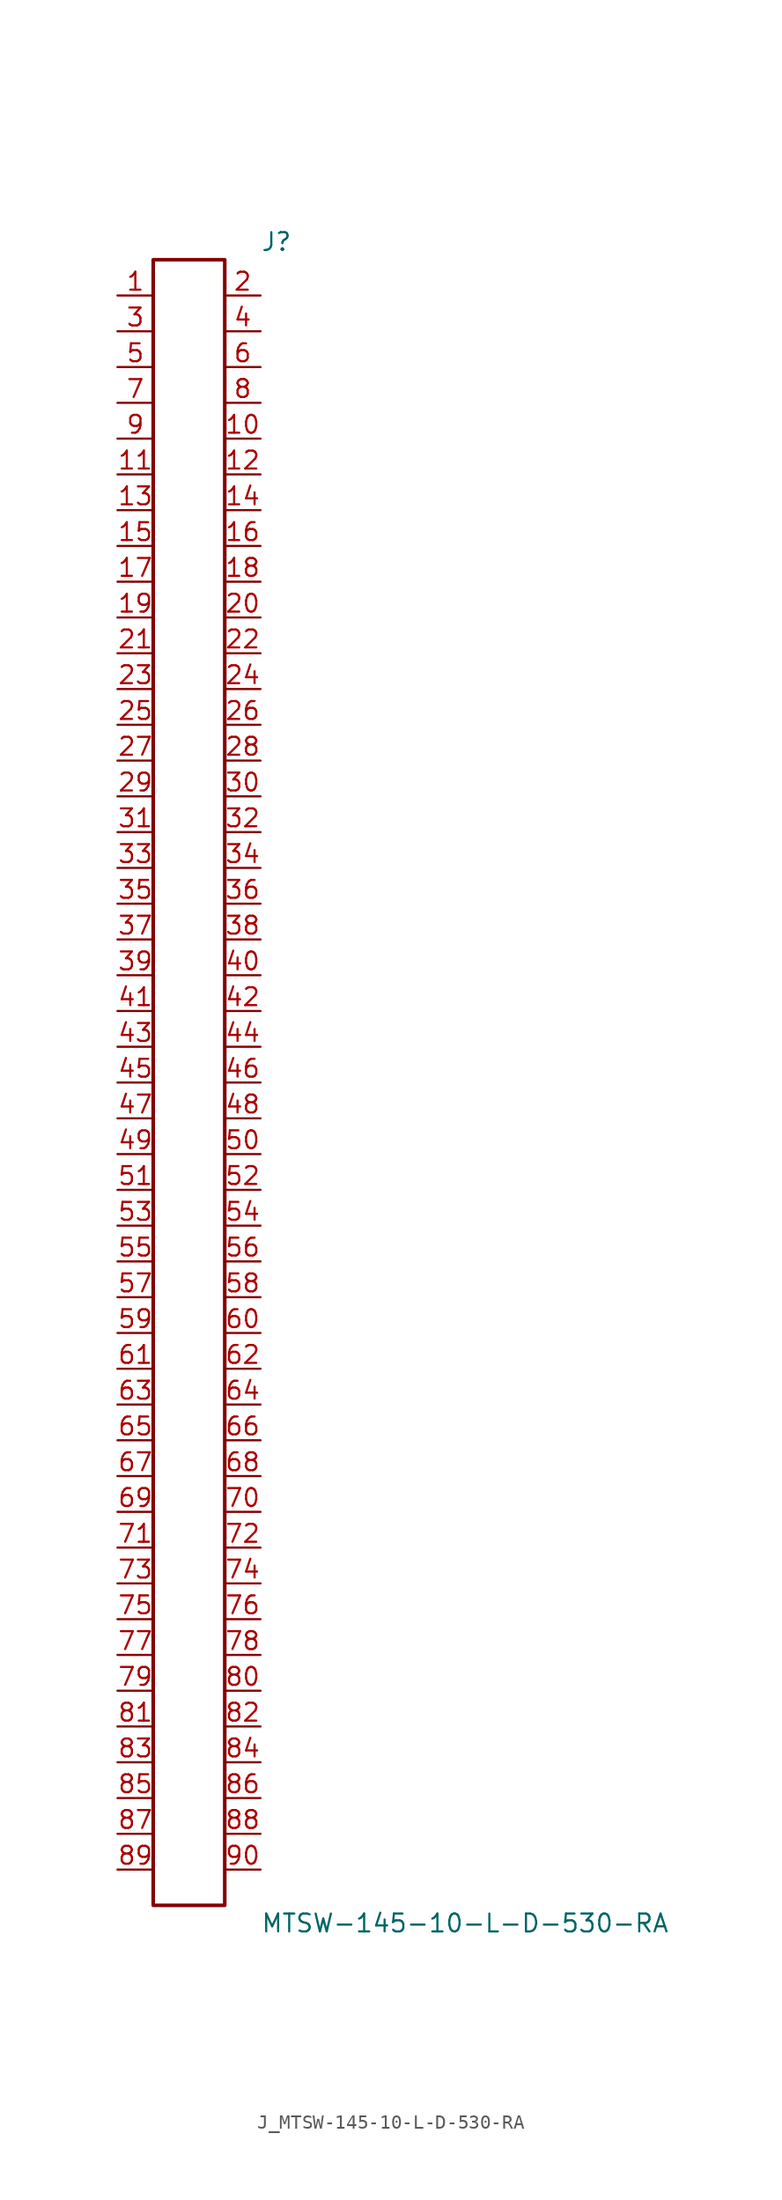
<source format=kicad_sym>
(kicad_symbol_lib
  (version 20231120)
  (generator kicad_symbol_editor)
  (generator_version 8.0)
  (symbol "J_MTSW-145-10-L-D-530-RA"
    (pin_names
      (offset 0.254))
    (property "Reference" "J"
      (at 5.08 59.69 0)
      (effects (font (size 1.27 1.27)) (justify left)))
    (property "Value" "MTSW-145-10-L-D-530-RA"
      (at 5.08 -59.69 0)
      (effects (font (size 1.27 1.27)) (justify left)))
    (symbol "J_MTSW-145-10-L-D-530-RA_0_0"
      (pin passive line (at -5.08 55.88 0) (length 2.54) (name "" (effects (font (size 1.27 1.27)))) (number "1" (effects (font (size 1.27 1.27)))))
      (pin passive line (at 5.08 55.88 180) (length 2.54) (name "" (effects (font (size 1.27 1.27)))) (number "2" (effects (font (size 1.27 1.27)))))
      (pin passive line (at -5.08 53.34 0) (length 2.54) (name "" (effects (font (size 1.27 1.27)))) (number "3" (effects (font (size 1.27 1.27)))))
      (pin passive line (at 5.08 53.34 180) (length 2.54) (name "" (effects (font (size 1.27 1.27)))) (number "4" (effects (font (size 1.27 1.27)))))
      (pin passive line (at -5.08 50.8 0) (length 2.54) (name "" (effects (font (size 1.27 1.27)))) (number "5" (effects (font (size 1.27 1.27)))))
      (pin passive line (at 5.08 50.8 180) (length 2.54) (name "" (effects (font (size 1.27 1.27)))) (number "6" (effects (font (size 1.27 1.27)))))
      (pin passive line (at -5.08 48.26 0) (length 2.54) (name "" (effects (font (size 1.27 1.27)))) (number "7" (effects (font (size 1.27 1.27)))))
      (pin passive line (at 5.08 48.26 180) (length 2.54) (name "" (effects (font (size 1.27 1.27)))) (number "8" (effects (font (size 1.27 1.27)))))
      (pin passive line (at -5.08 45.72 0) (length 2.54) (name "" (effects (font (size 1.27 1.27)))) (number "9" (effects (font (size 1.27 1.27)))))
      (pin passive line (at 5.08 45.72 180) (length 2.54) (name "" (effects (font (size 1.27 1.27)))) (number "10" (effects (font (size 1.27 1.27)))))
      (pin passive line (at -5.08 43.18 0) (length 2.54) (name "" (effects (font (size 1.27 1.27)))) (number "11" (effects (font (size 1.27 1.27)))))
      (pin passive line (at 5.08 43.18 180) (length 2.54) (name "" (effects (font (size 1.27 1.27)))) (number "12" (effects (font (size 1.27 1.27)))))
      (pin passive line (at -5.08 40.64 0) (length 2.54) (name "" (effects (font (size 1.27 1.27)))) (number "13" (effects (font (size 1.27 1.27)))))
      (pin passive line (at 5.08 40.64 180) (length 2.54) (name "" (effects (font (size 1.27 1.27)))) (number "14" (effects (font (size 1.27 1.27)))))
      (pin passive line (at -5.08 38.1 0) (length 2.54) (name "" (effects (font (size 1.27 1.27)))) (number "15" (effects (font (size 1.27 1.27)))))
      (pin passive line (at 5.08 38.1 180) (length 2.54) (name "" (effects (font (size 1.27 1.27)))) (number "16" (effects (font (size 1.27 1.27)))))
      (pin passive line (at -5.08 35.56 0) (length 2.54) (name "" (effects (font (size 1.27 1.27)))) (number "17" (effects (font (size 1.27 1.27)))))
      (pin passive line (at 5.08 35.56 180) (length 2.54) (name "" (effects (font (size 1.27 1.27)))) (number "18" (effects (font (size 1.27 1.27)))))
      (pin passive line (at -5.08 33.02 0) (length 2.54) (name "" (effects (font (size 1.27 1.27)))) (number "19" (effects (font (size 1.27 1.27)))))
      (pin passive line (at 5.08 33.02 180) (length 2.54) (name "" (effects (font (size 1.27 1.27)))) (number "20" (effects (font (size 1.27 1.27)))))
      (pin passive line (at -5.08 30.48 0) (length 2.54) (name "" (effects (font (size 1.27 1.27)))) (number "21" (effects (font (size 1.27 1.27)))))
      (pin passive line (at 5.08 30.48 180) (length 2.54) (name "" (effects (font (size 1.27 1.27)))) (number "22" (effects (font (size 1.27 1.27)))))
      (pin passive line (at -5.08 27.94 0) (length 2.54) (name "" (effects (font (size 1.27 1.27)))) (number "23" (effects (font (size 1.27 1.27)))))
      (pin passive line (at 5.08 27.94 180) (length 2.54) (name "" (effects (font (size 1.27 1.27)))) (number "24" (effects (font (size 1.27 1.27)))))
      (pin passive line (at -5.08 25.4 0) (length 2.54) (name "" (effects (font (size 1.27 1.27)))) (number "25" (effects (font (size 1.27 1.27)))))
      (pin passive line (at 5.08 25.4 180) (length 2.54) (name "" (effects (font (size 1.27 1.27)))) (number "26" (effects (font (size 1.27 1.27)))))
      (pin passive line (at -5.08 22.86 0) (length 2.54) (name "" (effects (font (size 1.27 1.27)))) (number "27" (effects (font (size 1.27 1.27)))))
      (pin passive line (at 5.08 22.86 180) (length 2.54) (name "" (effects (font (size 1.27 1.27)))) (number "28" (effects (font (size 1.27 1.27)))))
      (pin passive line (at -5.08 20.32 0) (length 2.54) (name "" (effects (font (size 1.27 1.27)))) (number "29" (effects (font (size 1.27 1.27)))))
      (pin passive line (at 5.08 20.32 180) (length 2.54) (name "" (effects (font (size 1.27 1.27)))) (number "30" (effects (font (size 1.27 1.27)))))
      (pin passive line (at -5.08 17.78 0) (length 2.54) (name "" (effects (font (size 1.27 1.27)))) (number "31" (effects (font (size 1.27 1.27)))))
      (pin passive line (at 5.08 17.78 180) (length 2.54) (name "" (effects (font (size 1.27 1.27)))) (number "32" (effects (font (size 1.27 1.27)))))
      (pin passive line (at -5.08 15.24 0) (length 2.54) (name "" (effects (font (size 1.27 1.27)))) (number "33" (effects (font (size 1.27 1.27)))))
      (pin passive line (at 5.08 15.24 180) (length 2.54) (name "" (effects (font (size 1.27 1.27)))) (number "34" (effects (font (size 1.27 1.27)))))
      (pin passive line (at -5.08 12.7 0) (length 2.54) (name "" (effects (font (size 1.27 1.27)))) (number "35" (effects (font (size 1.27 1.27)))))
      (pin passive line (at 5.08 12.7 180) (length 2.54) (name "" (effects (font (size 1.27 1.27)))) (number "36" (effects (font (size 1.27 1.27)))))
      (pin passive line (at -5.08 10.16 0) (length 2.54) (name "" (effects (font (size 1.27 1.27)))) (number "37" (effects (font (size 1.27 1.27)))))
      (pin passive line (at 5.08 10.16 180) (length 2.54) (name "" (effects (font (size 1.27 1.27)))) (number "38" (effects (font (size 1.27 1.27)))))
      (pin passive line (at -5.08 7.62 0) (length 2.54) (name "" (effects (font (size 1.27 1.27)))) (number "39" (effects (font (size 1.27 1.27)))))
      (pin passive line (at 5.08 7.62 180) (length 2.54) (name "" (effects (font (size 1.27 1.27)))) (number "40" (effects (font (size 1.27 1.27)))))
      (pin passive line (at -5.08 5.08 0) (length 2.54) (name "" (effects (font (size 1.27 1.27)))) (number "41" (effects (font (size 1.27 1.27)))))
      (pin passive line (at 5.08 5.08 180) (length 2.54) (name "" (effects (font (size 1.27 1.27)))) (number "42" (effects (font (size 1.27 1.27)))))
      (pin passive line (at -5.08 2.54 0) (length 2.54) (name "" (effects (font (size 1.27 1.27)))) (number "43" (effects (font (size 1.27 1.27)))))
      (pin passive line (at 5.08 2.54 180) (length 2.54) (name "" (effects (font (size 1.27 1.27)))) (number "44" (effects (font (size 1.27 1.27)))))
      (pin passive line (at -5.08 0.0 0) (length 2.54) (name "" (effects (font (size 1.27 1.27)))) (number "45" (effects (font (size 1.27 1.27)))))
      (pin passive line (at 5.08 0.0 180) (length 2.54) (name "" (effects (font (size 1.27 1.27)))) (number "46" (effects (font (size 1.27 1.27)))))
      (pin passive line (at -5.08 -2.54 0) (length 2.54) (name "" (effects (font (size 1.27 1.27)))) (number "47" (effects (font (size 1.27 1.27)))))
      (pin passive line (at 5.08 -2.54 180) (length 2.54) (name "" (effects (font (size 1.27 1.27)))) (number "48" (effects (font (size 1.27 1.27)))))
      (pin passive line (at -5.08 -5.08 0) (length 2.54) (name "" (effects (font (size 1.27 1.27)))) (number "49" (effects (font (size 1.27 1.27)))))
      (pin passive line (at 5.08 -5.08 180) (length 2.54) (name "" (effects (font (size 1.27 1.27)))) (number "50" (effects (font (size 1.27 1.27)))))
      (pin passive line (at -5.08 -7.62 0) (length 2.54) (name "" (effects (font (size 1.27 1.27)))) (number "51" (effects (font (size 1.27 1.27)))))
      (pin passive line (at 5.08 -7.62 180) (length 2.54) (name "" (effects (font (size 1.27 1.27)))) (number "52" (effects (font (size 1.27 1.27)))))
      (pin passive line (at -5.08 -10.16 0) (length 2.54) (name "" (effects (font (size 1.27 1.27)))) (number "53" (effects (font (size 1.27 1.27)))))
      (pin passive line (at 5.08 -10.16 180) (length 2.54) (name "" (effects (font (size 1.27 1.27)))) (number "54" (effects (font (size 1.27 1.27)))))
      (pin passive line (at -5.08 -12.7 0) (length 2.54) (name "" (effects (font (size 1.27 1.27)))) (number "55" (effects (font (size 1.27 1.27)))))
      (pin passive line (at 5.08 -12.7 180) (length 2.54) (name "" (effects (font (size 1.27 1.27)))) (number "56" (effects (font (size 1.27 1.27)))))
      (pin passive line (at -5.08 -15.24 0) (length 2.54) (name "" (effects (font (size 1.27 1.27)))) (number "57" (effects (font (size 1.27 1.27)))))
      (pin passive line (at 5.08 -15.24 180) (length 2.54) (name "" (effects (font (size 1.27 1.27)))) (number "58" (effects (font (size 1.27 1.27)))))
      (pin passive line (at -5.08 -17.78 0) (length 2.54) (name "" (effects (font (size 1.27 1.27)))) (number "59" (effects (font (size 1.27 1.27)))))
      (pin passive line (at 5.08 -17.78 180) (length 2.54) (name "" (effects (font (size 1.27 1.27)))) (number "60" (effects (font (size 1.27 1.27)))))
      (pin passive line (at -5.08 -20.32 0) (length 2.54) (name "" (effects (font (size 1.27 1.27)))) (number "61" (effects (font (size 1.27 1.27)))))
      (pin passive line (at 5.08 -20.32 180) (length 2.54) (name "" (effects (font (size 1.27 1.27)))) (number "62" (effects (font (size 1.27 1.27)))))
      (pin passive line (at -5.08 -22.86 0) (length 2.54) (name "" (effects (font (size 1.27 1.27)))) (number "63" (effects (font (size 1.27 1.27)))))
      (pin passive line (at 5.08 -22.86 180) (length 2.54) (name "" (effects (font (size 1.27 1.27)))) (number "64" (effects (font (size 1.27 1.27)))))
      (pin passive line (at -5.08 -25.4 0) (length 2.54) (name "" (effects (font (size 1.27 1.27)))) (number "65" (effects (font (size 1.27 1.27)))))
      (pin passive line (at 5.08 -25.4 180) (length 2.54) (name "" (effects (font (size 1.27 1.27)))) (number "66" (effects (font (size 1.27 1.27)))))
      (pin passive line (at -5.08 -27.94 0) (length 2.54) (name "" (effects (font (size 1.27 1.27)))) (number "67" (effects (font (size 1.27 1.27)))))
      (pin passive line (at 5.08 -27.94 180) (length 2.54) (name "" (effects (font (size 1.27 1.27)))) (number "68" (effects (font (size 1.27 1.27)))))
      (pin passive line (at -5.08 -30.48 0) (length 2.54) (name "" (effects (font (size 1.27 1.27)))) (number "69" (effects (font (size 1.27 1.27)))))
      (pin passive line (at 5.08 -30.48 180) (length 2.54) (name "" (effects (font (size 1.27 1.27)))) (number "70" (effects (font (size 1.27 1.27)))))
      (pin passive line (at -5.08 -33.02 0) (length 2.54) (name "" (effects (font (size 1.27 1.27)))) (number "71" (effects (font (size 1.27 1.27)))))
      (pin passive line (at 5.08 -33.02 180) (length 2.54) (name "" (effects (font (size 1.27 1.27)))) (number "72" (effects (font (size 1.27 1.27)))))
      (pin passive line (at -5.08 -35.56 0) (length 2.54) (name "" (effects (font (size 1.27 1.27)))) (number "73" (effects (font (size 1.27 1.27)))))
      (pin passive line (at 5.08 -35.56 180) (length 2.54) (name "" (effects (font (size 1.27 1.27)))) (number "74" (effects (font (size 1.27 1.27)))))
      (pin passive line (at -5.08 -38.1 0) (length 2.54) (name "" (effects (font (size 1.27 1.27)))) (number "75" (effects (font (size 1.27 1.27)))))
      (pin passive line (at 5.08 -38.1 180) (length 2.54) (name "" (effects (font (size 1.27 1.27)))) (number "76" (effects (font (size 1.27 1.27)))))
      (pin passive line (at -5.08 -40.64 0) (length 2.54) (name "" (effects (font (size 1.27 1.27)))) (number "77" (effects (font (size 1.27 1.27)))))
      (pin passive line (at 5.08 -40.64 180) (length 2.54) (name "" (effects (font (size 1.27 1.27)))) (number "78" (effects (font (size 1.27 1.27)))))
      (pin passive line (at -5.08 -43.18 0) (length 2.54) (name "" (effects (font (size 1.27 1.27)))) (number "79" (effects (font (size 1.27 1.27)))))
      (pin passive line (at 5.08 -43.18 180) (length 2.54) (name "" (effects (font (size 1.27 1.27)))) (number "80" (effects (font (size 1.27 1.27)))))
      (pin passive line (at -5.08 -45.72 0) (length 2.54) (name "" (effects (font (size 1.27 1.27)))) (number "81" (effects (font (size 1.27 1.27)))))
      (pin passive line (at 5.08 -45.72 180) (length 2.54) (name "" (effects (font (size 1.27 1.27)))) (number "82" (effects (font (size 1.27 1.27)))))
      (pin passive line (at -5.08 -48.26 0) (length 2.54) (name "" (effects (font (size 1.27 1.27)))) (number "83" (effects (font (size 1.27 1.27)))))
      (pin passive line (at 5.08 -48.26 180) (length 2.54) (name "" (effects (font (size 1.27 1.27)))) (number "84" (effects (font (size 1.27 1.27)))))
      (pin passive line (at -5.08 -50.8 0) (length 2.54) (name "" (effects (font (size 1.27 1.27)))) (number "85" (effects (font (size 1.27 1.27)))))
      (pin passive line (at 5.08 -50.8 180) (length 2.54) (name "" (effects (font (size 1.27 1.27)))) (number "86" (effects (font (size 1.27 1.27)))))
      (pin passive line (at -5.08 -53.34 0) (length 2.54) (name "" (effects (font (size 1.27 1.27)))) (number "87" (effects (font (size 1.27 1.27)))))
      (pin passive line (at 5.08 -53.34 180) (length 2.54) (name "" (effects (font (size 1.27 1.27)))) (number "88" (effects (font (size 1.27 1.27)))))
      (pin passive line (at -5.08 -55.88 0) (length 2.54) (name "" (effects (font (size 1.27 1.27)))) (number "89" (effects (font (size 1.27 1.27)))))
      (pin passive line (at 5.08 -55.88 180) (length 2.54) (name "" (effects (font (size 1.27 1.27)))) (number "90" (effects (font (size 1.27 1.27))))))
    (symbol "J_MTSW-145-10-L-D-530-RA_1_0"
      (rectangle (start -2.54 58.42) (end 2.54 -58.42) (stroke (width 0.254) (type solid)) (fill (type none))))))
</source>
